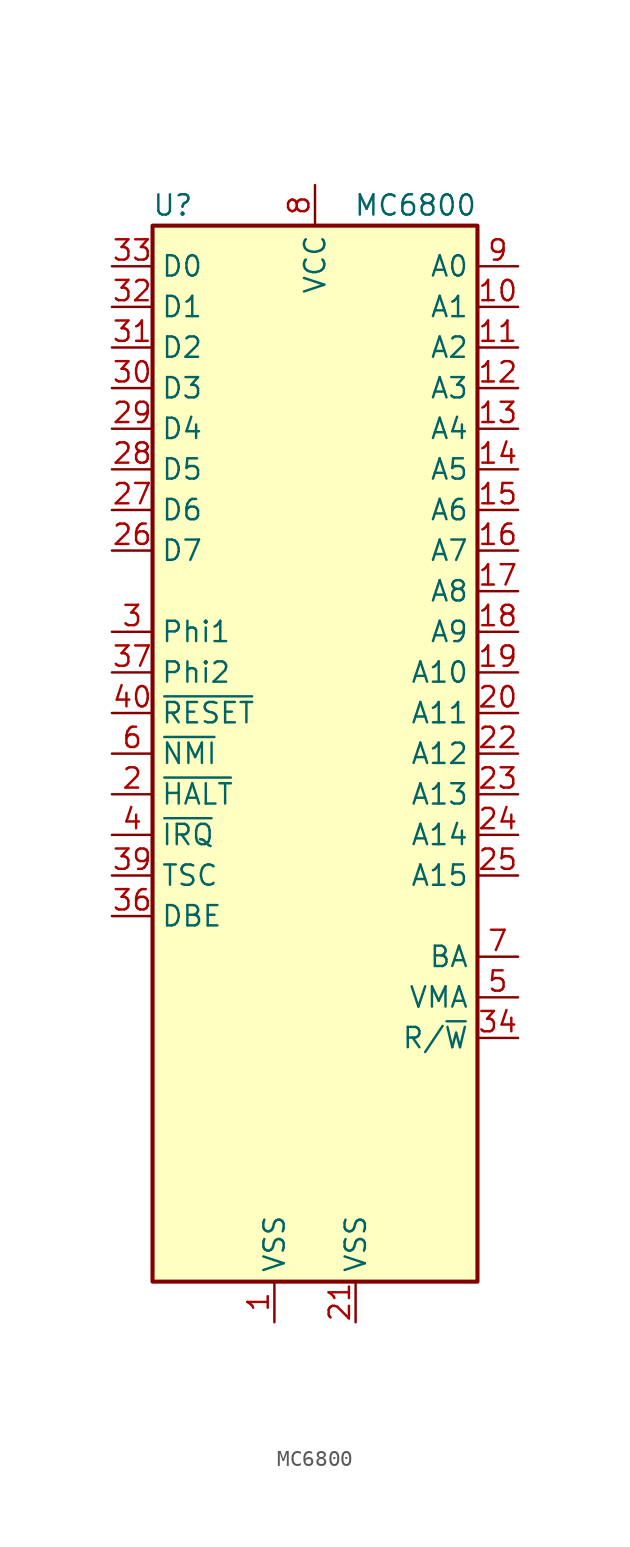
<source format=kicad_sym>
(kicad_symbol_lib
  (version 20200908)
  (generator kicad_symbol_editor)
  (symbol "CPU_NXP_6800:MC6800"
    (property "Reference" "U"
      (at -8.89 34.29 0)
      (effects (font (size 1.27 1.27))))
    (property "Value" "MC6800"
      (at 10.16 34.29 0)
      (effects (font (size 1.27 1.27)) (justify right)))
    (symbol "MC6800_0_1"
      (rectangle (start -10.16 -33.02) (end 10.16 33.02) (stroke (width 0.254)) (fill (type background))))
    (symbol "MC6800_1_1"
      (pin power_in line (at -2.54 -35.56 90) (length 2.54) (name "VSS" (effects (font (size 1.27 1.27)))) (number "1" (effects (font (size 1.27 1.27)))))
      (pin output line (at 12.7 27.94 180) (length 2.54) (name "A1" (effects (font (size 1.27 1.27)))) (number "10" (effects (font (size 1.27 1.27)))))
      (pin output line (at 12.7 25.4 180) (length 2.54) (name "A2" (effects (font (size 1.27 1.27)))) (number "11" (effects (font (size 1.27 1.27)))))
      (pin output line (at 12.7 22.86 180) (length 2.54) (name "A3" (effects (font (size 1.27 1.27)))) (number "12" (effects (font (size 1.27 1.27)))))
      (pin output line (at 12.7 20.32 180) (length 2.54) (name "A4" (effects (font (size 1.27 1.27)))) (number "13" (effects (font (size 1.27 1.27)))))
      (pin output line (at 12.7 17.78 180) (length 2.54) (name "A5" (effects (font (size 1.27 1.27)))) (number "14" (effects (font (size 1.27 1.27)))))
      (pin output line (at 12.7 15.24 180) (length 2.54) (name "A6" (effects (font (size 1.27 1.27)))) (number "15" (effects (font (size 1.27 1.27)))))
      (pin output line (at 12.7 12.7 180) (length 2.54) (name "A7" (effects (font (size 1.27 1.27)))) (number "16" (effects (font (size 1.27 1.27)))))
      (pin output line (at 12.7 10.16 180) (length 2.54) (name "A8" (effects (font (size 1.27 1.27)))) (number "17" (effects (font (size 1.27 1.27)))))
      (pin output line (at 12.7 7.62 180) (length 2.54) (name "A9" (effects (font (size 1.27 1.27)))) (number "18" (effects (font (size 1.27 1.27)))))
      (pin output line (at 12.7 5.08 180) (length 2.54) (name "A10" (effects (font (size 1.27 1.27)))) (number "19" (effects (font (size 1.27 1.27)))))
      (pin input line (at -12.7 -2.54 0) (length 2.54) (name "~HALT" (effects (font (size 1.27 1.27)))) (number "2" (effects (font (size 1.27 1.27)))))
      (pin output line (at 12.7 2.54 180) (length 2.54) (name "A11" (effects (font (size 1.27 1.27)))) (number "20" (effects (font (size 1.27 1.27)))))
      (pin power_in line (at 2.54 -35.56 90) (length 2.54) (name "VSS" (effects (font (size 1.27 1.27)))) (number "21" (effects (font (size 1.27 1.27)))))
      (pin output line (at 12.7 0 180) (length 2.54) (name "A12" (effects (font (size 1.27 1.27)))) (number "22" (effects (font (size 1.27 1.27)))))
      (pin output line (at 12.7 -2.54 180) (length 2.54) (name "A13" (effects (font (size 1.27 1.27)))) (number "23" (effects (font (size 1.27 1.27)))))
      (pin output line (at 12.7 -5.08 180) (length 2.54) (name "A14" (effects (font (size 1.27 1.27)))) (number "24" (effects (font (size 1.27 1.27)))))
      (pin output line (at 12.7 -7.62 180) (length 2.54) (name "A15" (effects (font (size 1.27 1.27)))) (number "25" (effects (font (size 1.27 1.27)))))
      (pin bidirectional line (at -12.7 12.7 0) (length 2.54) (name "D7" (effects (font (size 1.27 1.27)))) (number "26" (effects (font (size 1.27 1.27)))))
      (pin bidirectional line (at -12.7 15.24 0) (length 2.54) (name "D6" (effects (font (size 1.27 1.27)))) (number "27" (effects (font (size 1.27 1.27)))))
      (pin bidirectional line (at -12.7 17.78 0) (length 2.54) (name "D5" (effects (font (size 1.27 1.27)))) (number "28" (effects (font (size 1.27 1.27)))))
      (pin bidirectional line (at -12.7 20.32 0) (length 2.54) (name "D4" (effects (font (size 1.27 1.27)))) (number "29" (effects (font (size 1.27 1.27)))))
      (pin input line (at -12.7 7.62 0) (length 2.54) (name "Phi1" (effects (font (size 1.27 1.27)))) (number "3" (effects (font (size 1.27 1.27)))))
      (pin bidirectional line (at -12.7 22.86 0) (length 2.54) (name "D3" (effects (font (size 1.27 1.27)))) (number "30" (effects (font (size 1.27 1.27)))))
      (pin bidirectional line (at -12.7 25.4 0) (length 2.54) (name "D2" (effects (font (size 1.27 1.27)))) (number "31" (effects (font (size 1.27 1.27)))))
      (pin bidirectional line (at -12.7 27.94 0) (length 2.54) (name "D1" (effects (font (size 1.27 1.27)))) (number "32" (effects (font (size 1.27 1.27)))))
      (pin bidirectional line (at -12.7 30.48 0) (length 2.54) (name "D0" (effects (font (size 1.27 1.27)))) (number "33" (effects (font (size 1.27 1.27)))))
      (pin output line (at 12.7 -17.78 180) (length 2.54) (name "R/~W" (effects (font (size 1.27 1.27)))) (number "34" (effects (font (size 1.27 1.27)))))
      (pin unconnected line (at -10.16 -25.4 0) (length 2.54) hide (name "N.C." (effects (font (size 1.27 1.27)))) (number "35" (effects (font (size 1.27 1.27)))))
      (pin input line (at -12.7 -10.16 0) (length 2.54) (name "DBE" (effects (font (size 1.27 1.27)))) (number "36" (effects (font (size 1.27 1.27)))))
      (pin input line (at -12.7 5.08 0) (length 2.54) (name "Phi2" (effects (font (size 1.27 1.27)))) (number "37" (effects (font (size 1.27 1.27)))))
      (pin unconnected line (at -10.16 -22.86 0) (length 2.54) hide (name "N.C." (effects (font (size 1.27 1.27)))) (number "38" (effects (font (size 1.27 1.27)))))
      (pin input line (at -12.7 -7.62 0) (length 2.54) (name "TSC" (effects (font (size 1.27 1.27)))) (number "39" (effects (font (size 1.27 1.27)))))
      (pin input line (at -12.7 -5.08 0) (length 2.54) (name "~IRQ" (effects (font (size 1.27 1.27)))) (number "4" (effects (font (size 1.27 1.27)))))
      (pin input line (at -12.7 2.54 0) (length 2.54) (name "~RESET" (effects (font (size 1.27 1.27)))) (number "40" (effects (font (size 1.27 1.27)))))
      (pin output line (at 12.7 -15.24 180) (length 2.54) (name "VMA" (effects (font (size 1.27 1.27)))) (number "5" (effects (font (size 1.27 1.27)))))
      (pin input line (at -12.7 0 0) (length 2.54) (name "~NMI" (effects (font (size 1.27 1.27)))) (number "6" (effects (font (size 1.27 1.27)))))
      (pin output line (at 12.7 -12.7 180) (length 2.54) (name "BA" (effects (font (size 1.27 1.27)))) (number "7" (effects (font (size 1.27 1.27)))))
      (pin power_in line (at 0 35.56 270) (length 2.54) (name "VCC" (effects (font (size 1.27 1.27)))) (number "8" (effects (font (size 1.27 1.27)))))
      (pin output line (at 12.7 30.48 180) (length 2.54) (name "A0" (effects (font (size 1.27 1.27)))) (number "9" (effects (font (size 1.27 1.27))))))))
</source>
